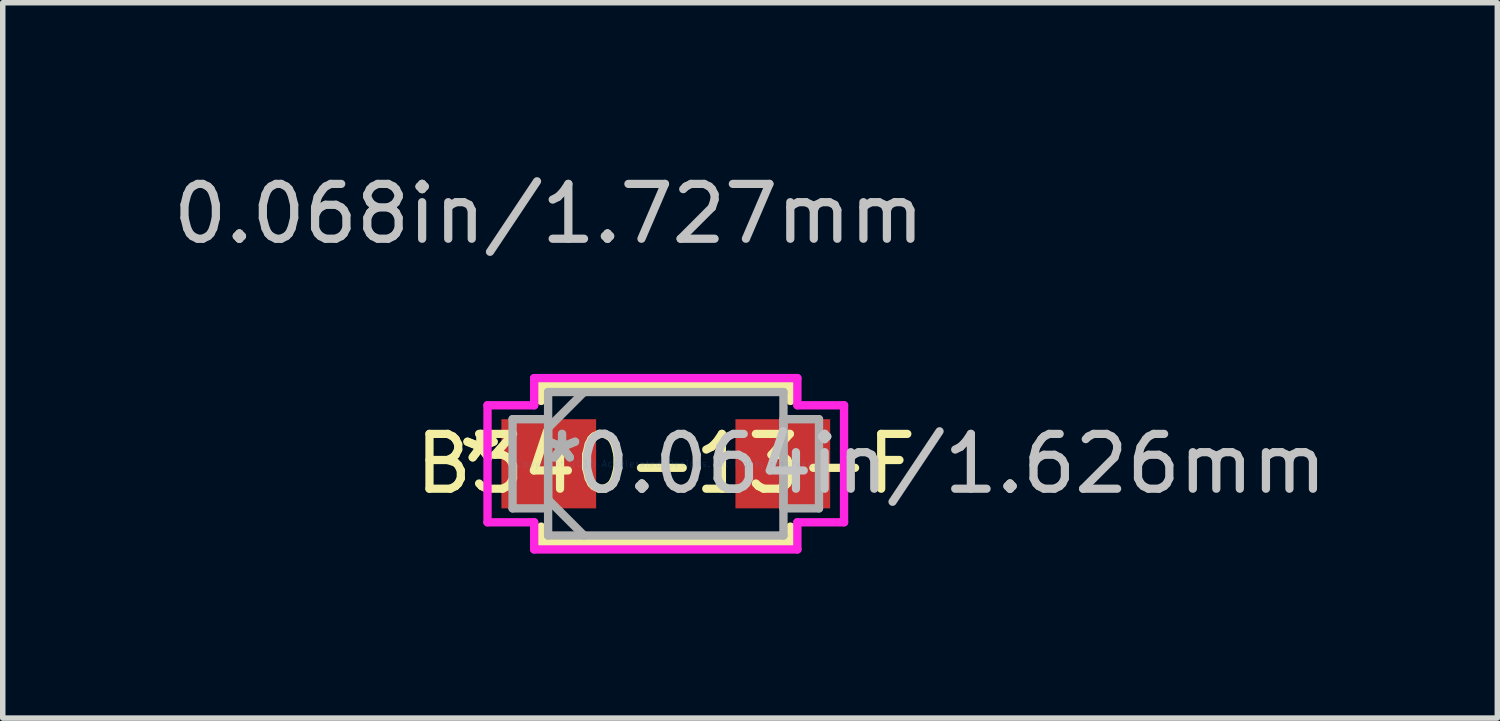
<source format=kicad_pcb>
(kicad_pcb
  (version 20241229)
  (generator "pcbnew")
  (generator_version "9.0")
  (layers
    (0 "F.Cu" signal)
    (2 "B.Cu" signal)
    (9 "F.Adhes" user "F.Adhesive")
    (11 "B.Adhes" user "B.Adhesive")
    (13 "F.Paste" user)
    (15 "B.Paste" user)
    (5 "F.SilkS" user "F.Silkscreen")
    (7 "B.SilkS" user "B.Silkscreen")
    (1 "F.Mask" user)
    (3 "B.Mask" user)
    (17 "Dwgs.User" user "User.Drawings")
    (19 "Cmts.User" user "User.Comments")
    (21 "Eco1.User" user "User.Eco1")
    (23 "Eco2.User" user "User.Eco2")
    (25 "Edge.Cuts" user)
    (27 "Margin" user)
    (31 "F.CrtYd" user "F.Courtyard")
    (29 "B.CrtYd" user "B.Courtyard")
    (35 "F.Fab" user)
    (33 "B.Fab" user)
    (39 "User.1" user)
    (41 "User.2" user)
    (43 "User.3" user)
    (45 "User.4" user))
  (footprint "B340-13-F"
    (layer "F.Cu")
    (at 9.092 5.408)
    (property "Reference" "B340-13-F" (at 0 0 0) (layer "F.SilkS") (effects (font (size 1 1) (thickness 0.15))))
    (attr through_hole)
    (fp_line (start -2.273 -1.435) (end -2.273 -1.146) (stroke (width 0.152) (type solid)) (layer "F.SilkS"))
    (fp_line (start -2.273 1.146) (end -2.273 1.435) (stroke (width 0.152) (type solid)) (layer "F.SilkS"))
    (fp_line (start -2.273 1.435) (end 2.273 1.435) (stroke (width 0.152) (type solid)) (layer "F.SilkS"))
    (fp_line (start 2.273 -1.435) (end -2.273 -1.435) (stroke (width 0.152) (type solid)) (layer "F.SilkS"))
    (fp_line (start 2.273 -1.146) (end 2.273 -1.435) (stroke (width 0.152) (type solid)) (layer "F.SilkS"))
    (fp_line (start 2.273 1.435) (end 2.273 1.146) (stroke (width 0.152) (type solid)) (layer "F.SilkS"))
    (fp_line (start -3.251 -1.067) (end -2.4 -1.067) (stroke (width 0.152) (type solid)) (layer "F.CrtYd"))
    (fp_line (start -3.251 1.067) (end -3.251 -1.067) (stroke (width 0.152) (type solid)) (layer "F.CrtYd"))
    (fp_line (start -2.4 -1.562) (end 2.4 -1.562) (stroke (width 0.152) (type solid)) (layer "F.CrtYd"))
    (fp_line (start -2.4 -1.067) (end -2.4 -1.562) (stroke (width 0.152) (type solid)) (layer "F.CrtYd"))
    (fp_line (start -2.4 1.067) (end -3.251 1.067) (stroke (width 0.152) (type solid)) (layer "F.CrtYd"))
    (fp_line (start -2.4 1.562) (end -2.4 1.067) (stroke (width 0.152) (type solid)) (layer "F.CrtYd"))
    (fp_line (start 2.4 -1.562) (end 2.4 -1.067) (stroke (width 0.152) (type solid)) (layer "F.CrtYd"))
    (fp_line (start 2.4 -1.067) (end 3.251 -1.067) (stroke (width 0.152) (type solid)) (layer "F.CrtYd"))
    (fp_line (start 2.4 1.067) (end 2.4 1.562) (stroke (width 0.152) (type solid)) (layer "F.CrtYd"))
    (fp_line (start 2.4 1.562) (end -2.4 1.562) (stroke (width 0.152) (type solid)) (layer "F.CrtYd"))
    (fp_line (start 3.251 -1.067) (end 3.251 1.067) (stroke (width 0.152) (type solid)) (layer "F.CrtYd"))
    (fp_line (start 3.251 1.067) (end 2.4 1.067) (stroke (width 0.152) (type solid)) (layer "F.CrtYd"))
    (fp_line (start -2.794 -0.813) (end -2.794 0.813) (stroke (width 0.152) (type solid)) (layer "F.Fab"))
    (fp_line (start -2.794 0.813) (end -2.146 0.813) (stroke (width 0.152) (type solid)) (layer "F.Fab"))
    (fp_line (start -2.146 -1.308) (end -2.146 1.308) (stroke (width 0.152) (type solid)) (layer "F.Fab"))
    (fp_line (start -2.146 -0.813) (end -2.794 -0.813) (stroke (width 0.152) (type solid)) (layer "F.Fab"))
    (fp_line (start -2.146 -0.654) (end -1.492 -1.308) (stroke (width 0.152) (type solid)) (layer "F.Fab"))
    (fp_line (start -2.146 0.654) (end -1.492 1.308) (stroke (width 0.152) (type solid)) (layer "F.Fab"))
    (fp_line (start -2.146 0.813) (end -2.146 -0.813) (stroke (width 0.152) (type solid)) (layer "F.Fab"))
    (fp_line (start -2.146 1.308) (end 2.146 1.308) (stroke (width 0.152) (type solid)) (layer "F.Fab"))
    (fp_line (start 2.146 -1.308) (end -2.146 -1.308) (stroke (width 0.152) (type solid)) (layer "F.Fab"))
    (fp_line (start 2.146 -0.813) (end 2.146 0.813) (stroke (width 0.152) (type solid)) (layer "F.Fab"))
    (fp_line (start 2.146 0.813) (end 2.794 0.813) (stroke (width 0.152) (type solid)) (layer "F.Fab"))
    (fp_line (start 2.146 1.308) (end 2.146 -1.308) (stroke (width 0.152) (type solid)) (layer "F.Fab"))
    (fp_line (start 2.794 -0.813) (end 2.146 -0.813) (stroke (width 0.152) (type solid)) (layer "F.Fab"))
    (fp_line (start 2.794 0.813) (end 2.794 -0.813) (stroke (width 0.152) (type solid)) (layer "F.Fab"))
    (fp_text user "*" (at -3.378 0 0) (layer "F.SilkS") (effects (font (size 1 1) (thickness 0.15))))
    (fp_text user "*" (at -3.378 0 0) (layer "F.SilkS") (effects (font (size 1 1) (thickness 0.15))))
    (fp_text user "0.064in/1.626mm" (at 5.207 0 0) (layer "Dwgs.User") (effects (font (size 1 1) (thickness 0.15))))
    (fp_text user "0.068in/1.727mm" (at -2.134 -4.559 0) (layer "Dwgs.User") (effects (font (size 1 1) (thickness 0.15))))
    (fp_text user "Copyright 2016 Accelerated Designs. All rights reserved." (at 0 0 0) (layer "Cmts.User") (effects (font (size 0.127 0.127) (thickness 0.002))))
    (fp_text user "*" (at -1.892 0 0) (layer "F.Fab") (effects (font (size 1 1) (thickness 0.15))))
    (fp_text user "*" (at -1.892 0 0) (layer "F.Fab") (effects (font (size 1 1) (thickness 0.15))))
    (pad "1" smd rect (at -2.134 0) (size 1.727 1.626) (layers "F.Cu" "F.Mask" "F.Paste"))
    (pad "2" smd rect (at 2.134 0) (size 1.727 1.626) (layers "F.Cu" "F.Mask" "F.Paste")))
  (gr_rect
    (start -3 -3)
    (end 24.257 10.046)
    (stroke (width 0.1) (type default))
    (fill no)
    (layer "Edge.Cuts")))
</source>
